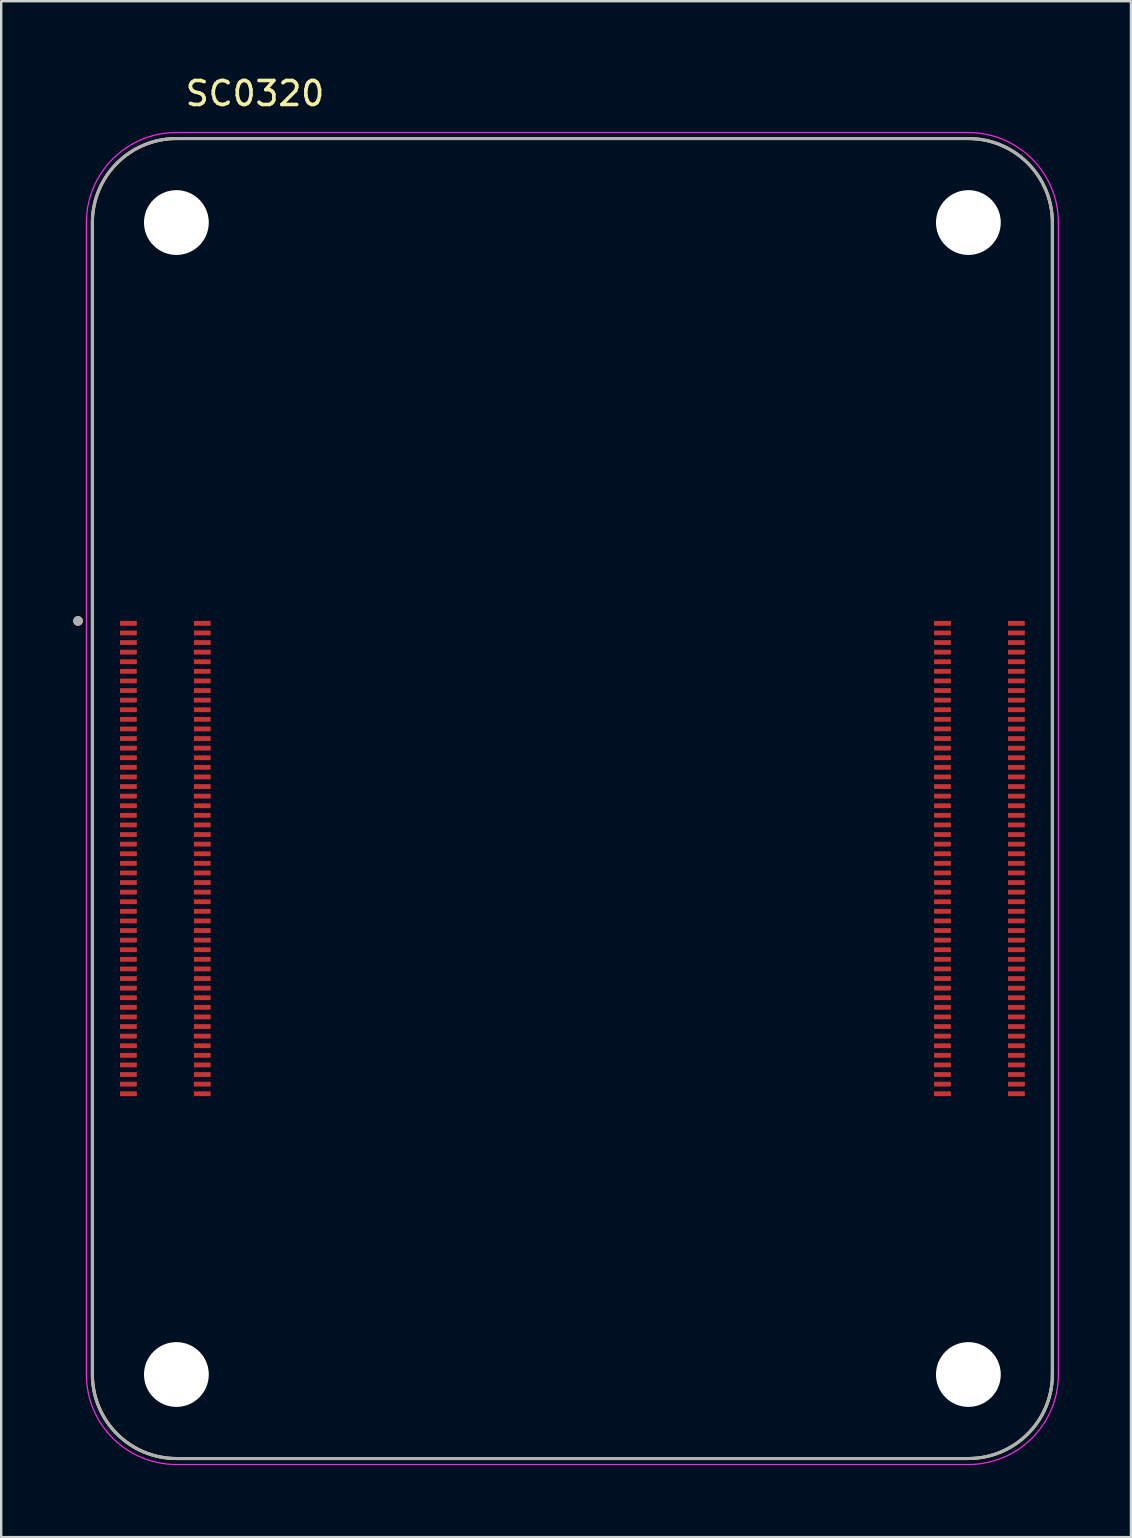
<source format=kicad_pcb>
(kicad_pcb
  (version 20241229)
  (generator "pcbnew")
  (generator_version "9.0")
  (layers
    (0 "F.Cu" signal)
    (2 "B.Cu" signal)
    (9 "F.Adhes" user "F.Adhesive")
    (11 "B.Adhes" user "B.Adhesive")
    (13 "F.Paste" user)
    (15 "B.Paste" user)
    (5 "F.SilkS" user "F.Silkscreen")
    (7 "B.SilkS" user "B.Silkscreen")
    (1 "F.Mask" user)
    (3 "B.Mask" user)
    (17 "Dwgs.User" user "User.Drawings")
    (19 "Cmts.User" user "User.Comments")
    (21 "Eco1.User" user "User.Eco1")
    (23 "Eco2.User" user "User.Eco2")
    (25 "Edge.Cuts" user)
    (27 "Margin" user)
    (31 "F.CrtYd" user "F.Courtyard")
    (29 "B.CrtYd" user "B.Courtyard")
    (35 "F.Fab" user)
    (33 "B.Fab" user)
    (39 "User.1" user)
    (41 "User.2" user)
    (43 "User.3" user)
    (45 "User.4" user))
  (footprint "SC0320"
    (layer "F.Cu")
    (at 4.3 54.223)
    (property "Reference" "SC0320" (at 3.275 -53.375 0) (layer "F.SilkS") (effects (font (size 1 1) (thickness 0.15))))
    (attr smd)
    (fp_line (start -3.5 -48) (end -3.5 0) (stroke (width 0.127) (type solid)) (layer "F.SilkS"))
    (fp_line (start 0 3.5) (end 33 3.5) (stroke (width 0.127) (type solid)) (layer "F.SilkS"))
    (fp_line (start 33 -51.5) (end 0 -51.5) (stroke (width 0.127) (type solid)) (layer "F.SilkS"))
    (fp_line (start 36.5 0) (end 36.5 -48) (stroke (width 0.127) (type solid)) (layer "F.SilkS"))
    (fp_arc (start -3.5 -48) (mid -2.474874 -50.474874) (end 0 -51.5) (stroke (width 0.127) (type solid)) (layer "F.SilkS"))
    (fp_arc (start 0 3.5) (mid -2.474874 2.474874) (end -3.5 0) (stroke (width 0.127) (type solid)) (layer "F.SilkS"))
    (fp_arc (start 33 -51.5) (mid 35.474874 -50.474874) (end 36.5 -48) (stroke (width 0.127) (type solid)) (layer "F.SilkS"))
    (fp_arc (start 36.5 0) (mid 35.474874 2.474874) (end 33 3.5) (stroke (width 0.127) (type solid)) (layer "F.SilkS"))
    (fp_circle (center -4.1 -31.4) (end -4 -31.4) (stroke (width 0.2) (type solid)) (fill no) (layer "F.SilkS"))
    (fp_line (start -3.75 -48) (end -3.75 0) (stroke (width 0.05) (type solid)) (layer "F.CrtYd"))
    (fp_line (start 0 3.75) (end 33 3.75) (stroke (width 0.05) (type solid)) (layer "F.CrtYd"))
    (fp_line (start 33 -51.75) (end 0 -51.75) (stroke (width 0.05) (type solid)) (layer "F.CrtYd"))
    (fp_line (start 36.75 0) (end 36.75 -48) (stroke (width 0.05) (type solid)) (layer "F.CrtYd"))
    (fp_arc (start -3.75 -48) (mid -2.65165 -50.65165) (end 0 -51.75) (stroke (width 0.05) (type solid)) (layer "F.CrtYd"))
    (fp_arc (start 0 3.75) (mid -2.65165 2.65165) (end -3.75 0) (stroke (width 0.05) (type solid)) (layer "F.CrtYd"))
    (fp_arc (start 33 -51.75) (mid 35.65165 -50.65165) (end 36.75 -48) (stroke (width 0.05) (type solid)) (layer "F.CrtYd"))
    (fp_arc (start 36.75 0) (mid 35.65165 2.65165) (end 33 3.75) (stroke (width 0.05) (type solid)) (layer "F.CrtYd"))
    (fp_line (start -3.5 -48) (end -3.5 0) (stroke (width 0.127) (type solid)) (layer "F.Fab"))
    (fp_line (start 0 3.5) (end 33 3.5) (stroke (width 0.127) (type solid)) (layer "F.Fab"))
    (fp_line (start 33 -51.5) (end 0 -51.5) (stroke (width 0.127) (type solid)) (layer "F.Fab"))
    (fp_line (start 36.5 0) (end 36.5 -48) (stroke (width 0.127) (type solid)) (layer "F.Fab"))
    (fp_arc (start -3.5 -48) (mid -2.474874 -50.474874) (end 0 -51.5) (stroke (width 0.127) (type solid)) (layer "F.Fab"))
    (fp_arc (start 0 3.5) (mid -2.474874 2.474874) (end -3.5 0) (stroke (width 0.127) (type solid)) (layer "F.Fab"))
    (fp_arc (start 33 -51.5) (mid 35.474874 -50.474874) (end 36.5 -48) (stroke (width 0.127) (type solid)) (layer "F.Fab"))
    (fp_arc (start 36.5 0) (mid 35.474874 2.474874) (end 33 3.5) (stroke (width 0.127) (type solid)) (layer "F.Fab"))
    (fp_circle (center -4.1 -31.4) (end -4 -31.4) (stroke (width 0.2) (type solid)) (fill no) (layer "F.Fab"))
    (pad "" np_thru_hole circle (at 0 -48) (size 2.7 2.7) (drill 2.7) (layers "*.Cu" "*.Mask"))
    (pad "" np_thru_hole circle (at 0 0) (size 2.7 2.7) (drill 2.7) (layers "*.Cu" "*.Mask"))
    (pad "" np_thru_hole circle (at 33 -48) (size 2.7 2.7) (drill 2.7) (layers "*.Cu" "*.Mask"))
    (pad "" np_thru_hole circle (at 33 0) (size 2.7 2.7) (drill 2.7) (layers "*.Cu" "*.Mask"))
    (pad "1" smd rect (at -2 -31.3) (size 0.7 0.2) (layers "F.Cu" "F.Mask" "F.Paste"))
    (pad "2" smd rect (at 1.08 -31.3) (size 0.7 0.2) (layers "F.Cu" "F.Mask" "F.Paste"))
    (pad "3" smd rect (at -2 -30.9) (size 0.7 0.2) (layers "F.Cu" "F.Mask" "F.Paste"))
    (pad "4" smd rect (at 1.08 -30.9) (size 0.7 0.2) (layers "F.Cu" "F.Mask" "F.Paste"))
    (pad "5" smd rect (at -2 -30.5) (size 0.7 0.2) (layers "F.Cu" "F.Mask" "F.Paste"))
    (pad "6" smd rect (at 1.08 -30.5) (size 0.7 0.2) (layers "F.Cu" "F.Mask" "F.Paste"))
    (pad "7" smd rect (at -2 -30.1) (size 0.7 0.2) (layers "F.Cu" "F.Mask" "F.Paste"))
    (pad "8" smd rect (at 1.08 -30.1) (size 0.7 0.2) (layers "F.Cu" "F.Mask" "F.Paste"))
    (pad "9" smd rect (at -2 -29.7) (size 0.7 0.2) (layers "F.Cu" "F.Mask" "F.Paste"))
    (pad "10" smd rect (at 1.08 -29.7) (size 0.7 0.2) (layers "F.Cu" "F.Mask" "F.Paste"))
    (pad "11" smd rect (at -2 -29.3) (size 0.7 0.2) (layers "F.Cu" "F.Mask" "F.Paste"))
    (pad "12" smd rect (at 1.08 -29.3) (size 0.7 0.2) (layers "F.Cu" "F.Mask" "F.Paste"))
    (pad "13" smd rect (at -2 -28.9) (size 0.7 0.2) (layers "F.Cu" "F.Mask" "F.Paste"))
    (pad "14" smd rect (at 1.08 -28.9) (size 0.7 0.2) (layers "F.Cu" "F.Mask" "F.Paste"))
    (pad "15" smd rect (at -2 -28.5) (size 0.7 0.2) (layers "F.Cu" "F.Mask" "F.Paste"))
    (pad "16" smd rect (at 1.08 -28.5) (size 0.7 0.2) (layers "F.Cu" "F.Mask" "F.Paste"))
    (pad "17" smd rect (at -2 -28.1) (size 0.7 0.2) (layers "F.Cu" "F.Mask" "F.Paste"))
    (pad "18" smd rect (at 1.08 -28.1) (size 0.7 0.2) (layers "F.Cu" "F.Mask" "F.Paste"))
    (pad "19" smd rect (at -2 -27.7) (size 0.7 0.2) (layers "F.Cu" "F.Mask" "F.Paste"))
    (pad "20" smd rect (at 1.08 -27.7) (size 0.7 0.2) (layers "F.Cu" "F.Mask" "F.Paste"))
    (pad "21" smd rect (at -2 -27.3) (size 0.7 0.2) (layers "F.Cu" "F.Mask" "F.Paste"))
    (pad "22" smd rect (at 1.08 -27.3) (size 0.7 0.2) (layers "F.Cu" "F.Mask" "F.Paste"))
    (pad "23" smd rect (at -2 -26.9) (size 0.7 0.2) (layers "F.Cu" "F.Mask" "F.Paste"))
    (pad "24" smd rect (at 1.08 -26.9) (size 0.7 0.2) (layers "F.Cu" "F.Mask" "F.Paste"))
    (pad "25" smd rect (at -2 -26.5) (size 0.7 0.2) (layers "F.Cu" "F.Mask" "F.Paste"))
    (pad "26" smd rect (at 1.08 -26.5) (size 0.7 0.2) (layers "F.Cu" "F.Mask" "F.Paste"))
    (pad "27" smd rect (at -2 -26.1) (size 0.7 0.2) (layers "F.Cu" "F.Mask" "F.Paste"))
    (pad "28" smd rect (at 1.08 -26.1) (size 0.7 0.2) (layers "F.Cu" "F.Mask" "F.Paste"))
    (pad "29" smd rect (at -2 -25.7) (size 0.7 0.2) (layers "F.Cu" "F.Mask" "F.Paste"))
    (pad "30" smd rect (at 1.08 -25.7) (size 0.7 0.2) (layers "F.Cu" "F.Mask" "F.Paste"))
    (pad "31" smd rect (at -2 -25.3) (size 0.7 0.2) (layers "F.Cu" "F.Mask" "F.Paste"))
    (pad "32" smd rect (at 1.08 -25.3) (size 0.7 0.2) (layers "F.Cu" "F.Mask" "F.Paste"))
    (pad "33" smd rect (at -2 -24.9) (size 0.7 0.2) (layers "F.Cu" "F.Mask" "F.Paste"))
    (pad "34" smd rect (at 1.08 -24.9) (size 0.7 0.2) (layers "F.Cu" "F.Mask" "F.Paste"))
    (pad "35" smd rect (at -2 -24.5) (size 0.7 0.2) (layers "F.Cu" "F.Mask" "F.Paste"))
    (pad "36" smd rect (at 1.08 -24.5) (size 0.7 0.2) (layers "F.Cu" "F.Mask" "F.Paste"))
    (pad "37" smd rect (at -2 -24.1) (size 0.7 0.2) (layers "F.Cu" "F.Mask" "F.Paste"))
    (pad "38" smd rect (at 1.08 -24.1) (size 0.7 0.2) (layers "F.Cu" "F.Mask" "F.Paste"))
    (pad "39" smd rect (at -2 -23.7) (size 0.7 0.2) (layers "F.Cu" "F.Mask" "F.Paste"))
    (pad "40" smd rect (at 1.08 -23.7) (size 0.7 0.2) (layers "F.Cu" "F.Mask" "F.Paste"))
    (pad "41" smd rect (at -2 -23.3) (size 0.7 0.2) (layers "F.Cu" "F.Mask" "F.Paste"))
    (pad "42" smd rect (at 1.08 -23.3) (size 0.7 0.2) (layers "F.Cu" "F.Mask" "F.Paste"))
    (pad "43" smd rect (at -2 -22.9) (size 0.7 0.2) (layers "F.Cu" "F.Mask" "F.Paste"))
    (pad "44" smd rect (at 1.08 -22.9) (size 0.7 0.2) (layers "F.Cu" "F.Mask" "F.Paste"))
    (pad "45" smd rect (at -2 -22.5) (size 0.7 0.2) (layers "F.Cu" "F.Mask" "F.Paste"))
    (pad "46" smd rect (at 1.08 -22.5) (size 0.7 0.2) (layers "F.Cu" "F.Mask" "F.Paste"))
    (pad "47" smd rect (at -2 -22.1) (size 0.7 0.2) (layers "F.Cu" "F.Mask" "F.Paste"))
    (pad "48" smd rect (at 1.08 -22.1) (size 0.7 0.2) (layers "F.Cu" "F.Mask" "F.Paste"))
    (pad "49" smd rect (at -2 -21.7) (size 0.7 0.2) (layers "F.Cu" "F.Mask" "F.Paste"))
    (pad "50" smd rect (at 1.08 -21.7) (size 0.7 0.2) (layers "F.Cu" "F.Mask" "F.Paste"))
    (pad "51" smd rect (at -2 -21.3) (size 0.7 0.2) (layers "F.Cu" "F.Mask" "F.Paste"))
    (pad "52" smd rect (at 1.08 -21.3) (size 0.7 0.2) (layers "F.Cu" "F.Mask" "F.Paste"))
    (pad "53" smd rect (at -2 -20.9) (size 0.7 0.2) (layers "F.Cu" "F.Mask" "F.Paste"))
    (pad "54" smd rect (at 1.08 -20.9) (size 0.7 0.2) (layers "F.Cu" "F.Mask" "F.Paste"))
    (pad "55" smd rect (at -2 -20.5) (size 0.7 0.2) (layers "F.Cu" "F.Mask" "F.Paste"))
    (pad "56" smd rect (at 1.08 -20.5) (size 0.7 0.2) (layers "F.Cu" "F.Mask" "F.Paste"))
    (pad "57" smd rect (at -2 -20.1) (size 0.7 0.2) (layers "F.Cu" "F.Mask" "F.Paste"))
    (pad "58" smd rect (at 1.08 -20.1) (size 0.7 0.2) (layers "F.Cu" "F.Mask" "F.Paste"))
    (pad "59" smd rect (at -2 -19.7) (size 0.7 0.2) (layers "F.Cu" "F.Mask" "F.Paste"))
    (pad "60" smd rect (at 1.08 -19.7) (size 0.7 0.2) (layers "F.Cu" "F.Mask" "F.Paste"))
    (pad "61" smd rect (at -2 -19.3) (size 0.7 0.2) (layers "F.Cu" "F.Mask" "F.Paste"))
    (pad "62" smd rect (at 1.08 -19.3) (size 0.7 0.2) (layers "F.Cu" "F.Mask" "F.Paste"))
    (pad "63" smd rect (at -2 -18.9) (size 0.7 0.2) (layers "F.Cu" "F.Mask" "F.Paste"))
    (pad "64" smd rect (at 1.08 -18.9) (size 0.7 0.2) (layers "F.Cu" "F.Mask" "F.Paste"))
    (pad "65" smd rect (at -2 -18.5) (size 0.7 0.2) (layers "F.Cu" "F.Mask" "F.Paste"))
    (pad "66" smd rect (at 1.08 -18.5) (size 0.7 0.2) (layers "F.Cu" "F.Mask" "F.Paste"))
    (pad "67" smd rect (at -2 -18.1) (size 0.7 0.2) (layers "F.Cu" "F.Mask" "F.Paste"))
    (pad "68" smd rect (at 1.08 -18.1) (size 0.7 0.2) (layers "F.Cu" "F.Mask" "F.Paste"))
    (pad "69" smd rect (at -2 -17.7) (size 0.7 0.2) (layers "F.Cu" "F.Mask" "F.Paste"))
    (pad "70" smd rect (at 1.08 -17.7) (size 0.7 0.2) (layers "F.Cu" "F.Mask" "F.Paste"))
    (pad "71" smd rect (at -2 -17.3) (size 0.7 0.2) (layers "F.Cu" "F.Mask" "F.Paste"))
    (pad "72" smd rect (at 1.08 -17.3) (size 0.7 0.2) (layers "F.Cu" "F.Mask" "F.Paste"))
    (pad "73" smd rect (at -2 -16.9) (size 0.7 0.2) (layers "F.Cu" "F.Mask" "F.Paste"))
    (pad "74" smd rect (at 1.08 -16.9) (size 0.7 0.2) (layers "F.Cu" "F.Mask" "F.Paste"))
    (pad "75" smd rect (at -2 -16.5) (size 0.7 0.2) (layers "F.Cu" "F.Mask" "F.Paste"))
    (pad "76" smd rect (at 1.08 -16.5) (size 0.7 0.2) (layers "F.Cu" "F.Mask" "F.Paste"))
    (pad "77" smd rect (at -2 -16.1) (size 0.7 0.2) (layers "F.Cu" "F.Mask" "F.Paste"))
    (pad "78" smd rect (at 1.08 -16.1) (size 0.7 0.2) (layers "F.Cu" "F.Mask" "F.Paste"))
    (pad "79" smd rect (at -2 -15.7) (size 0.7 0.2) (layers "F.Cu" "F.Mask" "F.Paste"))
    (pad "80" smd rect (at 1.08 -15.7) (size 0.7 0.2) (layers "F.Cu" "F.Mask" "F.Paste"))
    (pad "81" smd rect (at -2 -15.3) (size 0.7 0.2) (layers "F.Cu" "F.Mask" "F.Paste"))
    (pad "82" smd rect (at 1.08 -15.3) (size 0.7 0.2) (layers "F.Cu" "F.Mask" "F.Paste"))
    (pad "83" smd rect (at -2 -14.9) (size 0.7 0.2) (layers "F.Cu" "F.Mask" "F.Paste"))
    (pad "84" smd rect (at 1.08 -14.9) (size 0.7 0.2) (layers "F.Cu" "F.Mask" "F.Paste"))
    (pad "85" smd rect (at -2 -14.5) (size 0.7 0.2) (layers "F.Cu" "F.Mask" "F.Paste"))
    (pad "86" smd rect (at 1.08 -14.5) (size 0.7 0.2) (layers "F.Cu" "F.Mask" "F.Paste"))
    (pad "87" smd rect (at -2 -14.1) (size 0.7 0.2) (layers "F.Cu" "F.Mask" "F.Paste"))
    (pad "88" smd rect (at 1.08 -14.1) (size 0.7 0.2) (layers "F.Cu" "F.Mask" "F.Paste"))
    (pad "89" smd rect (at -2 -13.7) (size 0.7 0.2) (layers "F.Cu" "F.Mask" "F.Paste"))
    (pad "90" smd rect (at 1.08 -13.7) (size 0.7 0.2) (layers "F.Cu" "F.Mask" "F.Paste"))
    (pad "91" smd rect (at -2 -13.3) (size 0.7 0.2) (layers "F.Cu" "F.Mask" "F.Paste"))
    (pad "92" smd rect (at 1.08 -13.3) (size 0.7 0.2) (layers "F.Cu" "F.Mask" "F.Paste"))
    (pad "93" smd rect (at -2 -12.9) (size 0.7 0.2) (layers "F.Cu" "F.Mask" "F.Paste"))
    (pad "94" smd rect (at 1.08 -12.9) (size 0.7 0.2) (layers "F.Cu" "F.Mask" "F.Paste"))
    (pad "95" smd rect (at -2 -12.5) (size 0.7 0.2) (layers "F.Cu" "F.Mask" "F.Paste"))
    (pad "96" smd rect (at 1.08 -12.5) (size 0.7 0.2) (layers "F.Cu" "F.Mask" "F.Paste"))
    (pad "97" smd rect (at -2 -12.1) (size 0.7 0.2) (layers "F.Cu" "F.Mask" "F.Paste"))
    (pad "98" smd rect (at 1.08 -12.1) (size 0.7 0.2) (layers "F.Cu" "F.Mask" "F.Paste"))
    (pad "99" smd rect (at -2 -11.7) (size 0.7 0.2) (layers "F.Cu" "F.Mask" "F.Paste"))
    (pad "100" smd rect (at 1.08 -11.7) (size 0.7 0.2) (layers "F.Cu" "F.Mask" "F.Paste"))
    (pad "101" smd rect (at 31.92 -31.3) (size 0.7 0.2) (layers "F.Cu" "F.Mask" "F.Paste"))
    (pad "102" smd rect (at 35 -31.3) (size 0.7 0.2) (layers "F.Cu" "F.Mask" "F.Paste"))
    (pad "103" smd rect (at 31.92 -30.9) (size 0.7 0.2) (layers "F.Cu" "F.Mask" "F.Paste"))
    (pad "104" smd rect (at 35 -30.9) (size 0.7 0.2) (layers "F.Cu" "F.Mask" "F.Paste"))
    (pad "105" smd rect (at 31.92 -30.5) (size 0.7 0.2) (layers "F.Cu" "F.Mask" "F.Paste"))
    (pad "106" smd rect (at 35 -30.5) (size 0.7 0.2) (layers "F.Cu" "F.Mask" "F.Paste"))
    (pad "107" smd rect (at 31.92 -30.1) (size 0.7 0.2) (layers "F.Cu" "F.Mask" "F.Paste"))
    (pad "108" smd rect (at 35 -30.1) (size 0.7 0.2) (layers "F.Cu" "F.Mask" "F.Paste"))
    (pad "109" smd rect (at 31.92 -29.7) (size 0.7 0.2) (layers "F.Cu" "F.Mask" "F.Paste"))
    (pad "110" smd rect (at 35 -29.7) (size 0.7 0.2) (layers "F.Cu" "F.Mask" "F.Paste"))
    (pad "111" smd rect (at 31.92 -29.3) (size 0.7 0.2) (layers "F.Cu" "F.Mask" "F.Paste"))
    (pad "112" smd rect (at 35 -29.3) (size 0.7 0.2) (layers "F.Cu" "F.Mask" "F.Paste"))
    (pad "113" smd rect (at 31.92 -28.9) (size 0.7 0.2) (layers "F.Cu" "F.Mask" "F.Paste"))
    (pad "114" smd rect (at 35 -28.9) (size 0.7 0.2) (layers "F.Cu" "F.Mask" "F.Paste"))
    (pad "115" smd rect (at 31.92 -28.5) (size 0.7 0.2) (layers "F.Cu" "F.Mask" "F.Paste"))
    (pad "116" smd rect (at 35 -28.5) (size 0.7 0.2) (layers "F.Cu" "F.Mask" "F.Paste"))
    (pad "117" smd rect (at 31.92 -28.1) (size 0.7 0.2) (layers "F.Cu" "F.Mask" "F.Paste"))
    (pad "118" smd rect (at 35 -28.1) (size 0.7 0.2) (layers "F.Cu" "F.Mask" "F.Paste"))
    (pad "119" smd rect (at 31.92 -27.7) (size 0.7 0.2) (layers "F.Cu" "F.Mask" "F.Paste"))
    (pad "120" smd rect (at 35 -27.7) (size 0.7 0.2) (layers "F.Cu" "F.Mask" "F.Paste"))
    (pad "121" smd rect (at 31.92 -27.3) (size 0.7 0.2) (layers "F.Cu" "F.Mask" "F.Paste"))
    (pad "122" smd rect (at 35 -27.3) (size 0.7 0.2) (layers "F.Cu" "F.Mask" "F.Paste"))
    (pad "123" smd rect (at 31.92 -26.9) (size 0.7 0.2) (layers "F.Cu" "F.Mask" "F.Paste"))
    (pad "124" smd rect (at 35 -26.9) (size 0.7 0.2) (layers "F.Cu" "F.Mask" "F.Paste"))
    (pad "125" smd rect (at 31.92 -26.5) (size 0.7 0.2) (layers "F.Cu" "F.Mask" "F.Paste"))
    (pad "126" smd rect (at 35 -26.5) (size 0.7 0.2) (layers "F.Cu" "F.Mask" "F.Paste"))
    (pad "127" smd rect (at 31.92 -26.1) (size 0.7 0.2) (layers "F.Cu" "F.Mask" "F.Paste"))
    (pad "128" smd rect (at 35 -26.1) (size 0.7 0.2) (layers "F.Cu" "F.Mask" "F.Paste"))
    (pad "129" smd rect (at 31.92 -25.7) (size 0.7 0.2) (layers "F.Cu" "F.Mask" "F.Paste"))
    (pad "130" smd rect (at 35 -25.7) (size 0.7 0.2) (layers "F.Cu" "F.Mask" "F.Paste"))
    (pad "131" smd rect (at 31.92 -25.3) (size 0.7 0.2) (layers "F.Cu" "F.Mask" "F.Paste"))
    (pad "132" smd rect (at 35 -25.3) (size 0.7 0.2) (layers "F.Cu" "F.Mask" "F.Paste"))
    (pad "133" smd rect (at 31.92 -24.9) (size 0.7 0.2) (layers "F.Cu" "F.Mask" "F.Paste"))
    (pad "134" smd rect (at 35 -24.9) (size 0.7 0.2) (layers "F.Cu" "F.Mask" "F.Paste"))
    (pad "135" smd rect (at 31.92 -24.5) (size 0.7 0.2) (layers "F.Cu" "F.Mask" "F.Paste"))
    (pad "136" smd rect (at 35 -24.5) (size 0.7 0.2) (layers "F.Cu" "F.Mask" "F.Paste"))
    (pad "137" smd rect (at 31.92 -24.1) (size 0.7 0.2) (layers "F.Cu" "F.Mask" "F.Paste"))
    (pad "138" smd rect (at 35 -24.1) (size 0.7 0.2) (layers "F.Cu" "F.Mask" "F.Paste"))
    (pad "139" smd rect (at 31.92 -23.7) (size 0.7 0.2) (layers "F.Cu" "F.Mask" "F.Paste"))
    (pad "140" smd rect (at 35 -23.7) (size 0.7 0.2) (layers "F.Cu" "F.Mask" "F.Paste"))
    (pad "141" smd rect (at 31.92 -23.3) (size 0.7 0.2) (layers "F.Cu" "F.Mask" "F.Paste"))
    (pad "142" smd rect (at 35 -23.3) (size 0.7 0.2) (layers "F.Cu" "F.Mask" "F.Paste"))
    (pad "143" smd rect (at 31.92 -22.9) (size 0.7 0.2) (layers "F.Cu" "F.Mask" "F.Paste"))
    (pad "144" smd rect (at 35 -22.9) (size 0.7 0.2) (layers "F.Cu" "F.Mask" "F.Paste"))
    (pad "145" smd rect (at 31.92 -22.5) (size 0.7 0.2) (layers "F.Cu" "F.Mask" "F.Paste"))
    (pad "146" smd rect (at 35 -22.5) (size 0.7 0.2) (layers "F.Cu" "F.Mask" "F.Paste"))
    (pad "147" smd rect (at 31.92 -22.1) (size 0.7 0.2) (layers "F.Cu" "F.Mask" "F.Paste"))
    (pad "148" smd rect (at 35 -22.1) (size 0.7 0.2) (layers "F.Cu" "F.Mask" "F.Paste"))
    (pad "149" smd rect (at 31.92 -21.7) (size 0.7 0.2) (layers "F.Cu" "F.Mask" "F.Paste"))
    (pad "150" smd rect (at 35 -21.7) (size 0.7 0.2) (layers "F.Cu" "F.Mask" "F.Paste"))
    (pad "151" smd rect (at 31.92 -21.3) (size 0.7 0.2) (layers "F.Cu" "F.Mask" "F.Paste"))
    (pad "152" smd rect (at 35 -21.3) (size 0.7 0.2) (layers "F.Cu" "F.Mask" "F.Paste"))
    (pad "153" smd rect (at 31.92 -20.9) (size 0.7 0.2) (layers "F.Cu" "F.Mask" "F.Paste"))
    (pad "154" smd rect (at 35 -20.9) (size 0.7 0.2) (layers "F.Cu" "F.Mask" "F.Paste"))
    (pad "155" smd rect (at 31.92 -20.5) (size 0.7 0.2) (layers "F.Cu" "F.Mask" "F.Paste"))
    (pad "156" smd rect (at 35 -20.5) (size 0.7 0.2) (layers "F.Cu" "F.Mask" "F.Paste"))
    (pad "157" smd rect (at 31.92 -20.1) (size 0.7 0.2) (layers "F.Cu" "F.Mask" "F.Paste"))
    (pad "158" smd rect (at 35 -20.1) (size 0.7 0.2) (layers "F.Cu" "F.Mask" "F.Paste"))
    (pad "159" smd rect (at 31.92 -19.7) (size 0.7 0.2) (layers "F.Cu" "F.Mask" "F.Paste"))
    (pad "160" smd rect (at 35 -19.7) (size 0.7 0.2) (layers "F.Cu" "F.Mask" "F.Paste"))
    (pad "161" smd rect (at 31.92 -19.3) (size 0.7 0.2) (layers "F.Cu" "F.Mask" "F.Paste"))
    (pad "162" smd rect (at 35 -19.3) (size 0.7 0.2) (layers "F.Cu" "F.Mask" "F.Paste"))
    (pad "163" smd rect (at 31.92 -18.9) (size 0.7 0.2) (layers "F.Cu" "F.Mask" "F.Paste"))
    (pad "164" smd rect (at 35 -18.9) (size 0.7 0.2) (layers "F.Cu" "F.Mask" "F.Paste"))
    (pad "165" smd rect (at 31.92 -18.5) (size 0.7 0.2) (layers "F.Cu" "F.Mask" "F.Paste"))
    (pad "166" smd rect (at 35 -18.5) (size 0.7 0.2) (layers "F.Cu" "F.Mask" "F.Paste"))
    (pad "167" smd rect (at 31.92 -18.1) (size 0.7 0.2) (layers "F.Cu" "F.Mask" "F.Paste"))
    (pad "168" smd rect (at 35 -18.1) (size 0.7 0.2) (layers "F.Cu" "F.Mask" "F.Paste"))
    (pad "169" smd rect (at 31.92 -17.7) (size 0.7 0.2) (layers "F.Cu" "F.Mask" "F.Paste"))
    (pad "170" smd rect (at 35 -17.7) (size 0.7 0.2) (layers "F.Cu" "F.Mask" "F.Paste"))
    (pad "171" smd rect (at 31.92 -17.3) (size 0.7 0.2) (layers "F.Cu" "F.Mask" "F.Paste"))
    (pad "172" smd rect (at 35 -17.3) (size 0.7 0.2) (layers "F.Cu" "F.Mask" "F.Paste"))
    (pad "173" smd rect (at 31.92 -16.9) (size 0.7 0.2) (layers "F.Cu" "F.Mask" "F.Paste"))
    (pad "174" smd rect (at 35 -16.9) (size 0.7 0.2) (layers "F.Cu" "F.Mask" "F.Paste"))
    (pad "175" smd rect (at 31.92 -16.5) (size 0.7 0.2) (layers "F.Cu" "F.Mask" "F.Paste"))
    (pad "176" smd rect (at 35 -16.5) (size 0.7 0.2) (layers "F.Cu" "F.Mask" "F.Paste"))
    (pad "177" smd rect (at 31.92 -16.1) (size 0.7 0.2) (layers "F.Cu" "F.Mask" "F.Paste"))
    (pad "178" smd rect (at 35 -16.1) (size 0.7 0.2) (layers "F.Cu" "F.Mask" "F.Paste"))
    (pad "179" smd rect (at 31.92 -15.7) (size 0.7 0.2) (layers "F.Cu" "F.Mask" "F.Paste"))
    (pad "180" smd rect (at 35 -15.7) (size 0.7 0.2) (layers "F.Cu" "F.Mask" "F.Paste"))
    (pad "181" smd rect (at 31.92 -15.3) (size 0.7 0.2) (layers "F.Cu" "F.Mask" "F.Paste"))
    (pad "182" smd rect (at 35 -15.3) (size 0.7 0.2) (layers "F.Cu" "F.Mask" "F.Paste"))
    (pad "183" smd rect (at 31.92 -14.9) (size 0.7 0.2) (layers "F.Cu" "F.Mask" "F.Paste"))
    (pad "184" smd rect (at 35 -14.9) (size 0.7 0.2) (layers "F.Cu" "F.Mask" "F.Paste"))
    (pad "185" smd rect (at 31.92 -14.5) (size 0.7 0.2) (layers "F.Cu" "F.Mask" "F.Paste"))
    (pad "186" smd rect (at 35 -14.5) (size 0.7 0.2) (layers "F.Cu" "F.Mask" "F.Paste"))
    (pad "187" smd rect (at 31.92 -14.1) (size 0.7 0.2) (layers "F.Cu" "F.Mask" "F.Paste"))
    (pad "188" smd rect (at 35 -14.1) (size 0.7 0.2) (layers "F.Cu" "F.Mask" "F.Paste"))
    (pad "189" smd rect (at 31.92 -13.7) (size 0.7 0.2) (layers "F.Cu" "F.Mask" "F.Paste"))
    (pad "190" smd rect (at 35 -13.7) (size 0.7 0.2) (layers "F.Cu" "F.Mask" "F.Paste"))
    (pad "191" smd rect (at 31.92 -13.3) (size 0.7 0.2) (layers "F.Cu" "F.Mask" "F.Paste"))
    (pad "192" smd rect (at 35 -13.3) (size 0.7 0.2) (layers "F.Cu" "F.Mask" "F.Paste"))
    (pad "193" smd rect (at 31.92 -12.9) (size 0.7 0.2) (layers "F.Cu" "F.Mask" "F.Paste"))
    (pad "194" smd rect (at 35 -12.9) (size 0.7 0.2) (layers "F.Cu" "F.Mask" "F.Paste"))
    (pad "195" smd rect (at 31.92 -12.5) (size 0.7 0.2) (layers "F.Cu" "F.Mask" "F.Paste"))
    (pad "196" smd rect (at 35 -12.5) (size 0.7 0.2) (layers "F.Cu" "F.Mask" "F.Paste"))
    (pad "197" smd rect (at 31.92 -12.1) (size 0.7 0.2) (layers "F.Cu" "F.Mask" "F.Paste"))
    (pad "198" smd rect (at 35 -12.1) (size 0.7 0.2) (layers "F.Cu" "F.Mask" "F.Paste"))
    (pad "199" smd rect (at 31.92 -11.7) (size 0.7 0.2) (layers "F.Cu" "F.Mask" "F.Paste"))
    (pad "200" smd rect (at 35 -11.7) (size 0.7 0.2) (layers "F.Cu" "F.Mask" "F.Paste")))
  (gr_rect
    (start -3 -3)
    (end 44.075 60.998)
    (stroke (width 0.1) (type default))
    (fill no)
    (layer "Edge.Cuts")))
</source>
